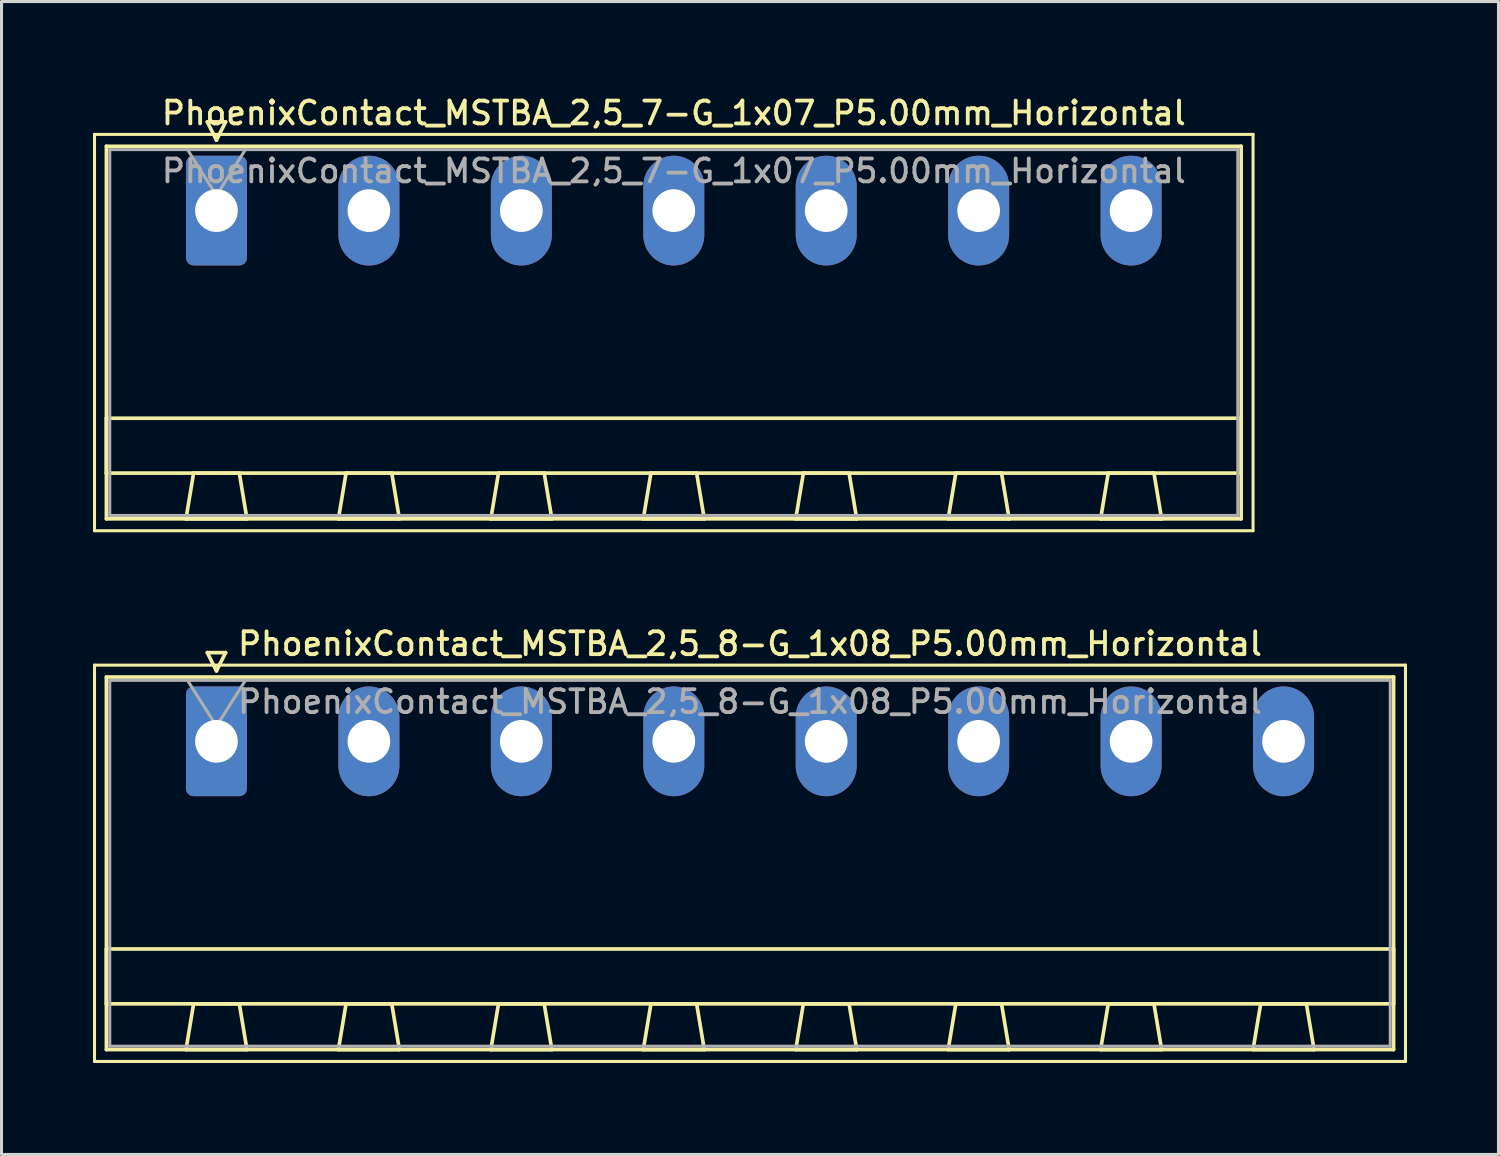
<source format=kicad_pcb>
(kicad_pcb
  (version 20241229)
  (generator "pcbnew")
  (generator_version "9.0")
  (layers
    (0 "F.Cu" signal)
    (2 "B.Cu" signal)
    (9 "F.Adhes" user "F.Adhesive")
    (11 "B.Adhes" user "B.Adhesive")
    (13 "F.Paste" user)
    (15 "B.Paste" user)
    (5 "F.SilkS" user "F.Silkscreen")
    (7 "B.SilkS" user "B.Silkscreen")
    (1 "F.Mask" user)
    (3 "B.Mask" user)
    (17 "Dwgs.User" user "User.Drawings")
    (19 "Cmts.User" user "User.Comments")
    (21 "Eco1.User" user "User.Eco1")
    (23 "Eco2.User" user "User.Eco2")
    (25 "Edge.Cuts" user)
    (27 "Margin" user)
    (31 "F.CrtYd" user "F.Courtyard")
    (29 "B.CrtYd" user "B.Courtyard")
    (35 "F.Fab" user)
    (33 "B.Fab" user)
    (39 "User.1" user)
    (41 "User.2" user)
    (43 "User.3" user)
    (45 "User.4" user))
  (footprint "PhoenixContact_MSTBA_2,5_7-G_1x07_P5.00mm_Horizontal"
    (layer "F.Cu")
    (at 4.05 3.858)
    (property "Reference" "PhoenixContact_MSTBA_2,5_7-G_1x07_P5.00mm_Horizontal" (at 15 -3.2 0) (layer "F.SilkS") (effects (font (size 0.75 0.75) (thickness 0.125))))
    (attr through_hole)
    (fp_line (start -4 -2.5) (end -4 10.5) (stroke (width 0.1) (type solid)) (layer "F.SilkS"))
    (fp_line (start -4 10.5) (end 34 10.5) (stroke (width 0.1) (type solid)) (layer "F.SilkS"))
    (fp_line (start -3.61 -2.11) (end -3.61 10.11) (stroke (width 0.12) (type solid)) (layer "F.SilkS"))
    (fp_line (start -3.61 6.81) (end 33.61 6.81) (stroke (width 0.12) (type solid)) (layer "F.SilkS"))
    (fp_line (start -3.61 8.61) (end -3.61 6.81) (stroke (width 0.12) (type solid)) (layer "F.SilkS"))
    (fp_line (start -3.61 10.11) (end 33.61 10.11) (stroke (width 0.12) (type solid)) (layer "F.SilkS"))
    (fp_line (start -1 10.11) (end 1 10.11) (stroke (width 0.12) (type solid)) (layer "F.SilkS"))
    (fp_line (start -0.75 8.61) (end -1 10.11) (stroke (width 0.12) (type solid)) (layer "F.SilkS"))
    (fp_line (start -0.3 -2.91) (end 0.3 -2.91) (stroke (width 0.12) (type solid)) (layer "F.SilkS"))
    (fp_line (start 0 -2.31) (end -0.3 -2.91) (stroke (width 0.12) (type solid)) (layer "F.SilkS"))
    (fp_line (start 0.3 -2.91) (end 0 -2.31) (stroke (width 0.12) (type solid)) (layer "F.SilkS"))
    (fp_line (start 0.75 8.61) (end -0.75 8.61) (stroke (width 0.12) (type solid)) (layer "F.SilkS"))
    (fp_line (start 1 10.11) (end 0.75 8.61) (stroke (width 0.12) (type solid)) (layer "F.SilkS"))
    (fp_line (start 4 10.11) (end 6 10.11) (stroke (width 0.12) (type solid)) (layer "F.SilkS"))
    (fp_line (start 4.25 8.61) (end 4 10.11) (stroke (width 0.12) (type solid)) (layer "F.SilkS"))
    (fp_line (start 5.75 8.61) (end 4.25 8.61) (stroke (width 0.12) (type solid)) (layer "F.SilkS"))
    (fp_line (start 6 10.11) (end 5.75 8.61) (stroke (width 0.12) (type solid)) (layer "F.SilkS"))
    (fp_line (start 9 10.11) (end 11 10.11) (stroke (width 0.12) (type solid)) (layer "F.SilkS"))
    (fp_line (start 9.25 8.61) (end 9 10.11) (stroke (width 0.12) (type solid)) (layer "F.SilkS"))
    (fp_line (start 10.75 8.61) (end 9.25 8.61) (stroke (width 0.12) (type solid)) (layer "F.SilkS"))
    (fp_line (start 11 10.11) (end 10.75 8.61) (stroke (width 0.12) (type solid)) (layer "F.SilkS"))
    (fp_line (start 14 10.11) (end 16 10.11) (stroke (width 0.12) (type solid)) (layer "F.SilkS"))
    (fp_line (start 14.25 8.61) (end 14 10.11) (stroke (width 0.12) (type solid)) (layer "F.SilkS"))
    (fp_line (start 15.75 8.61) (end 14.25 8.61) (stroke (width 0.12) (type solid)) (layer "F.SilkS"))
    (fp_line (start 16 10.11) (end 15.75 8.61) (stroke (width 0.12) (type solid)) (layer "F.SilkS"))
    (fp_line (start 19 10.11) (end 21 10.11) (stroke (width 0.12) (type solid)) (layer "F.SilkS"))
    (fp_line (start 19.25 8.61) (end 19 10.11) (stroke (width 0.12) (type solid)) (layer "F.SilkS"))
    (fp_line (start 20.75 8.61) (end 19.25 8.61) (stroke (width 0.12) (type solid)) (layer "F.SilkS"))
    (fp_line (start 21 10.11) (end 20.75 8.61) (stroke (width 0.12) (type solid)) (layer "F.SilkS"))
    (fp_line (start 24 10.11) (end 26 10.11) (stroke (width 0.12) (type solid)) (layer "F.SilkS"))
    (fp_line (start 24.25 8.61) (end 24 10.11) (stroke (width 0.12) (type solid)) (layer "F.SilkS"))
    (fp_line (start 25.75 8.61) (end 24.25 8.61) (stroke (width 0.12) (type solid)) (layer "F.SilkS"))
    (fp_line (start 26 10.11) (end 25.75 8.61) (stroke (width 0.12) (type solid)) (layer "F.SilkS"))
    (fp_line (start 29 10.11) (end 31 10.11) (stroke (width 0.12) (type solid)) (layer "F.SilkS"))
    (fp_line (start 29.25 8.61) (end 29 10.11) (stroke (width 0.12) (type solid)) (layer "F.SilkS"))
    (fp_line (start 30.75 8.61) (end 29.25 8.61) (stroke (width 0.12) (type solid)) (layer "F.SilkS"))
    (fp_line (start 31 10.11) (end 30.75 8.61) (stroke (width 0.12) (type solid)) (layer "F.SilkS"))
    (fp_line (start 33.61 -2.11) (end -3.61 -2.11) (stroke (width 0.12) (type solid)) (layer "F.SilkS"))
    (fp_line (start 33.61 6.81) (end 33.61 8.61) (stroke (width 0.12) (type solid)) (layer "F.SilkS"))
    (fp_line (start 33.61 8.61) (end -3.61 8.61) (stroke (width 0.12) (type solid)) (layer "F.SilkS"))
    (fp_line (start 33.61 10.11) (end 33.61 -2.11) (stroke (width 0.12) (type solid)) (layer "F.SilkS"))
    (fp_line (start 34 -2.5) (end -4 -2.5) (stroke (width 0.1) (type solid)) (layer "F.SilkS"))
    (fp_line (start 34 10.5) (end 34 -2.5) (stroke (width 0.1) (type solid)) (layer "F.SilkS"))
    (fp_line (start -3.5 -2) (end -3.5 10) (stroke (width 0.1) (type solid)) (layer "F.Fab"))
    (fp_line (start -3.5 10) (end 33.5 10) (stroke (width 0.1) (type solid)) (layer "F.Fab"))
    (fp_line (start 0 -0.5) (end -0.95 -2) (stroke (width 0.1) (type solid)) (layer "F.Fab"))
    (fp_line (start 0.95 -2) (end 0 -0.5) (stroke (width 0.1) (type solid)) (layer "F.Fab"))
    (fp_line (start 33.5 -2) (end -3.5 -2) (stroke (width 0.1) (type solid)) (layer "F.Fab"))
    (fp_line (start 33.5 10) (end 33.5 -2) (stroke (width 0.1) (type solid)) (layer "F.Fab"))
    (fp_text user "${REFERENCE}" (at 15 -1.3 0) (layer "F.Fab") (effects (font (size 0.75 0.75) (thickness 0.125))))
    (pad "1" thru_hole roundrect (at 0 0) (size 2 3.6) (drill 1.4) (layers "*.Cu" "*.Mask") (roundrect_rratio 0.125))
    (pad "2" thru_hole oval (at 5 0) (size 2 3.6) (drill 1.4) (layers "*.Cu" "*.Mask"))
    (pad "3" thru_hole oval (at 10 0) (size 2 3.6) (drill 1.4) (layers "*.Cu" "*.Mask"))
    (pad "4" thru_hole oval (at 15 0) (size 2 3.6) (drill 1.4) (layers "*.Cu" "*.Mask"))
    (pad "5" thru_hole oval (at 20 0) (size 2 3.6) (drill 1.4) (layers "*.Cu" "*.Mask"))
    (pad "6" thru_hole oval (at 25 0) (size 2 3.6) (drill 1.4) (layers "*.Cu" "*.Mask"))
    (pad "7" thru_hole oval (at 30 0) (size 2 3.6) (drill 1.4) (layers "*.Cu" "*.Mask")))
  (footprint "PhoenixContact_MSTBA_2,5_8-G_1x08_P5.00mm_Horizontal"
    (layer "F.Cu")
    (at 4.05 21.266)
    (property "Reference" "PhoenixContact_MSTBA_2,5_8-G_1x08_P5.00mm_Horizontal" (at 17.5 -3.2 0) (layer "F.SilkS") (effects (font (size 0.75 0.75) (thickness 0.125))))
    (attr through_hole)
    (fp_line (start -4 -2.5) (end -4 10.5) (stroke (width 0.1) (type solid)) (layer "F.SilkS"))
    (fp_line (start -4 10.5) (end 39 10.5) (stroke (width 0.1) (type solid)) (layer "F.SilkS"))
    (fp_line (start -3.61 -2.11) (end -3.61 10.11) (stroke (width 0.12) (type solid)) (layer "F.SilkS"))
    (fp_line (start -3.61 6.81) (end 38.61 6.81) (stroke (width 0.12) (type solid)) (layer "F.SilkS"))
    (fp_line (start -3.61 8.61) (end -3.61 6.81) (stroke (width 0.12) (type solid)) (layer "F.SilkS"))
    (fp_line (start -3.61 10.11) (end 38.61 10.11) (stroke (width 0.12) (type solid)) (layer "F.SilkS"))
    (fp_line (start -1 10.11) (end 1 10.11) (stroke (width 0.12) (type solid)) (layer "F.SilkS"))
    (fp_line (start -0.75 8.61) (end -1 10.11) (stroke (width 0.12) (type solid)) (layer "F.SilkS"))
    (fp_line (start -0.3 -2.91) (end 0.3 -2.91) (stroke (width 0.12) (type solid)) (layer "F.SilkS"))
    (fp_line (start 0 -2.31) (end -0.3 -2.91) (stroke (width 0.12) (type solid)) (layer "F.SilkS"))
    (fp_line (start 0.3 -2.91) (end 0 -2.31) (stroke (width 0.12) (type solid)) (layer "F.SilkS"))
    (fp_line (start 0.75 8.61) (end -0.75 8.61) (stroke (width 0.12) (type solid)) (layer "F.SilkS"))
    (fp_line (start 1 10.11) (end 0.75 8.61) (stroke (width 0.12) (type solid)) (layer "F.SilkS"))
    (fp_line (start 4 10.11) (end 6 10.11) (stroke (width 0.12) (type solid)) (layer "F.SilkS"))
    (fp_line (start 4.25 8.61) (end 4 10.11) (stroke (width 0.12) (type solid)) (layer "F.SilkS"))
    (fp_line (start 5.75 8.61) (end 4.25 8.61) (stroke (width 0.12) (type solid)) (layer "F.SilkS"))
    (fp_line (start 6 10.11) (end 5.75 8.61) (stroke (width 0.12) (type solid)) (layer "F.SilkS"))
    (fp_line (start 9 10.11) (end 11 10.11) (stroke (width 0.12) (type solid)) (layer "F.SilkS"))
    (fp_line (start 9.25 8.61) (end 9 10.11) (stroke (width 0.12) (type solid)) (layer "F.SilkS"))
    (fp_line (start 10.75 8.61) (end 9.25 8.61) (stroke (width 0.12) (type solid)) (layer "F.SilkS"))
    (fp_line (start 11 10.11) (end 10.75 8.61) (stroke (width 0.12) (type solid)) (layer "F.SilkS"))
    (fp_line (start 14 10.11) (end 16 10.11) (stroke (width 0.12) (type solid)) (layer "F.SilkS"))
    (fp_line (start 14.25 8.61) (end 14 10.11) (stroke (width 0.12) (type solid)) (layer "F.SilkS"))
    (fp_line (start 15.75 8.61) (end 14.25 8.61) (stroke (width 0.12) (type solid)) (layer "F.SilkS"))
    (fp_line (start 16 10.11) (end 15.75 8.61) (stroke (width 0.12) (type solid)) (layer "F.SilkS"))
    (fp_line (start 19 10.11) (end 21 10.11) (stroke (width 0.12) (type solid)) (layer "F.SilkS"))
    (fp_line (start 19.25 8.61) (end 19 10.11) (stroke (width 0.12) (type solid)) (layer "F.SilkS"))
    (fp_line (start 20.75 8.61) (end 19.25 8.61) (stroke (width 0.12) (type solid)) (layer "F.SilkS"))
    (fp_line (start 21 10.11) (end 20.75 8.61) (stroke (width 0.12) (type solid)) (layer "F.SilkS"))
    (fp_line (start 24 10.11) (end 26 10.11) (stroke (width 0.12) (type solid)) (layer "F.SilkS"))
    (fp_line (start 24.25 8.61) (end 24 10.11) (stroke (width 0.12) (type solid)) (layer "F.SilkS"))
    (fp_line (start 25.75 8.61) (end 24.25 8.61) (stroke (width 0.12) (type solid)) (layer "F.SilkS"))
    (fp_line (start 26 10.11) (end 25.75 8.61) (stroke (width 0.12) (type solid)) (layer "F.SilkS"))
    (fp_line (start 29 10.11) (end 31 10.11) (stroke (width 0.12) (type solid)) (layer "F.SilkS"))
    (fp_line (start 29.25 8.61) (end 29 10.11) (stroke (width 0.12) (type solid)) (layer "F.SilkS"))
    (fp_line (start 30.75 8.61) (end 29.25 8.61) (stroke (width 0.12) (type solid)) (layer "F.SilkS"))
    (fp_line (start 31 10.11) (end 30.75 8.61) (stroke (width 0.12) (type solid)) (layer "F.SilkS"))
    (fp_line (start 34 10.11) (end 36 10.11) (stroke (width 0.12) (type solid)) (layer "F.SilkS"))
    (fp_line (start 34.25 8.61) (end 34 10.11) (stroke (width 0.12) (type solid)) (layer "F.SilkS"))
    (fp_line (start 35.75 8.61) (end 34.25 8.61) (stroke (width 0.12) (type solid)) (layer "F.SilkS"))
    (fp_line (start 36 10.11) (end 35.75 8.61) (stroke (width 0.12) (type solid)) (layer "F.SilkS"))
    (fp_line (start 38.61 -2.11) (end -3.61 -2.11) (stroke (width 0.12) (type solid)) (layer "F.SilkS"))
    (fp_line (start 38.61 6.81) (end 38.61 8.61) (stroke (width 0.12) (type solid)) (layer "F.SilkS"))
    (fp_line (start 38.61 8.61) (end -3.61 8.61) (stroke (width 0.12) (type solid)) (layer "F.SilkS"))
    (fp_line (start 38.61 10.11) (end 38.61 -2.11) (stroke (width 0.12) (type solid)) (layer "F.SilkS"))
    (fp_line (start 39 -2.5) (end -4 -2.5) (stroke (width 0.1) (type solid)) (layer "F.SilkS"))
    (fp_line (start 39 10.5) (end 39 -2.5) (stroke (width 0.1) (type solid)) (layer "F.SilkS"))
    (fp_line (start -3.5 -2) (end -3.5 10) (stroke (width 0.1) (type solid)) (layer "F.Fab"))
    (fp_line (start -3.5 10) (end 38.5 10) (stroke (width 0.1) (type solid)) (layer "F.Fab"))
    (fp_line (start 0 -0.5) (end -0.95 -2) (stroke (width 0.1) (type solid)) (layer "F.Fab"))
    (fp_line (start 0.95 -2) (end 0 -0.5) (stroke (width 0.1) (type solid)) (layer "F.Fab"))
    (fp_line (start 38.5 -2) (end -3.5 -2) (stroke (width 0.1) (type solid)) (layer "F.Fab"))
    (fp_line (start 38.5 10) (end 38.5 -2) (stroke (width 0.1) (type solid)) (layer "F.Fab"))
    (fp_text user "${REFERENCE}" (at 17.5 -1.3 0) (layer "F.Fab") (effects (font (size 0.75 0.75) (thickness 0.125))))
    (pad "1" thru_hole roundrect (at 0 0) (size 2 3.6) (drill 1.4) (layers "*.Cu" "*.Mask") (roundrect_rratio 0.125))
    (pad "2" thru_hole oval (at 5 0) (size 2 3.6) (drill 1.4) (layers "*.Cu" "*.Mask"))
    (pad "3" thru_hole oval (at 10 0) (size 2 3.6) (drill 1.4) (layers "*.Cu" "*.Mask"))
    (pad "4" thru_hole oval (at 15 0) (size 2 3.6) (drill 1.4) (layers "*.Cu" "*.Mask"))
    (pad "5" thru_hole oval (at 20 0) (size 2 3.6) (drill 1.4) (layers "*.Cu" "*.Mask"))
    (pad "6" thru_hole oval (at 25 0) (size 2 3.6) (drill 1.4) (layers "*.Cu" "*.Mask"))
    (pad "7" thru_hole oval (at 30 0) (size 2 3.6) (drill 1.4) (layers "*.Cu" "*.Mask"))
    (pad "8" thru_hole oval (at 35 0) (size 2 3.6) (drill 1.4) (layers "*.Cu" "*.Mask")))
  (gr_rect
    (start -3 -3)
    (end 46.1 34.816)
    (stroke (width 0.1) (type default))
    (fill no)
    (layer "Edge.Cuts")))
</source>
